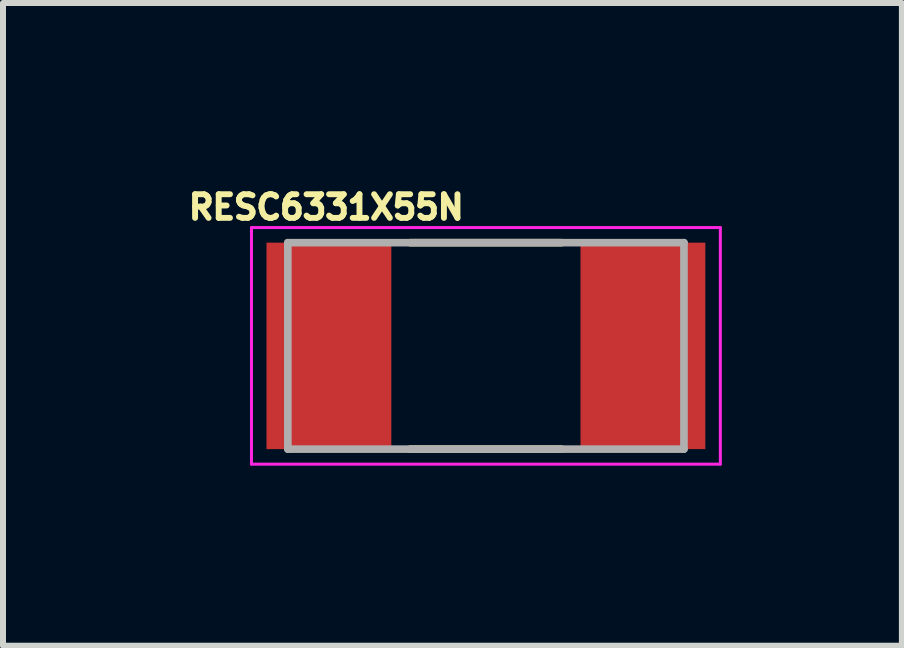
<source format=kicad_pcb>
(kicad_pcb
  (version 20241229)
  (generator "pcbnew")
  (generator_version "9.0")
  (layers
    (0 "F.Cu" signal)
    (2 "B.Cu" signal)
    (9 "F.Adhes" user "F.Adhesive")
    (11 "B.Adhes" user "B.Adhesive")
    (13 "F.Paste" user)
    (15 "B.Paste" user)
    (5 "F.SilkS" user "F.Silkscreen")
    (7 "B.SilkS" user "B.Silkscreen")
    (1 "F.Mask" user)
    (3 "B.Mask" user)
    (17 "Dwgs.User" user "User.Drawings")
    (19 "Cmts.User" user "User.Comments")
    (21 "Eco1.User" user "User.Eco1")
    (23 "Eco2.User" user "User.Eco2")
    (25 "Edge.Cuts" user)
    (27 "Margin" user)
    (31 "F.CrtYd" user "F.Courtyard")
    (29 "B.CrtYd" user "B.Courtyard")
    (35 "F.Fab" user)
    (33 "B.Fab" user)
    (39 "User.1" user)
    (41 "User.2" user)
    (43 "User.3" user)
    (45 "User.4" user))
  (footprint "RESC6331X55N"
    (layer "F.Cu")
    (at 5.046 2.713)
    (property "Reference" "RESC6331X55N" (at -2.66 -2.31 0) (layer "F.SilkS") (effects (font (size 0.394 0.394) (thickness 0.15))))
    (attr smd)
    (fp_line (start -1.26 -1.72) (end 1.26 -1.72) (stroke (width 0.127) (type solid)) (layer "F.SilkS"))
    (fp_line (start -1.26 1.72) (end 1.26 1.72) (stroke (width 0.127) (type solid)) (layer "F.SilkS"))
    (fp_line (start -3.906 -1.971) (end 3.906 -1.971) (stroke (width 0.05) (type solid)) (layer "F.CrtYd"))
    (fp_line (start -3.906 1.971) (end -3.906 -1.971) (stroke (width 0.05) (type solid)) (layer "F.CrtYd"))
    (fp_line (start -3.906 1.971) (end 3.906 1.971) (stroke (width 0.05) (type solid)) (layer "F.CrtYd"))
    (fp_line (start 3.906 1.971) (end 3.906 -1.971) (stroke (width 0.05) (type solid)) (layer "F.CrtYd"))
    (fp_line (start -3.3 1.72) (end -3.3 -1.72) (stroke (width 0.127) (type solid)) (layer "F.Fab"))
    (fp_line (start 3.3 -1.72) (end -3.3 -1.72) (stroke (width 0.127) (type solid)) (layer "F.Fab"))
    (fp_line (start 3.3 1.72) (end -3.3 1.72) (stroke (width 0.127) (type solid)) (layer "F.Fab"))
    (fp_line (start 3.3 1.72) (end 3.3 -1.72) (stroke (width 0.127) (type solid)) (layer "F.Fab"))
    (pad "1" smd rect (at -2.616 0) (size 2.08 3.44) (layers "F.Cu" "F.Mask" "F.Paste"))
    (pad "2" smd rect (at 2.616 0) (size 2.08 3.44) (layers "F.Cu" "F.Mask" "F.Paste")))
  (gr_rect
    (start -3 -3)
    (end 11.977 7.709)
    (stroke (width 0.1) (type default))
    (fill no)
    (layer "Edge.Cuts")))
</source>
